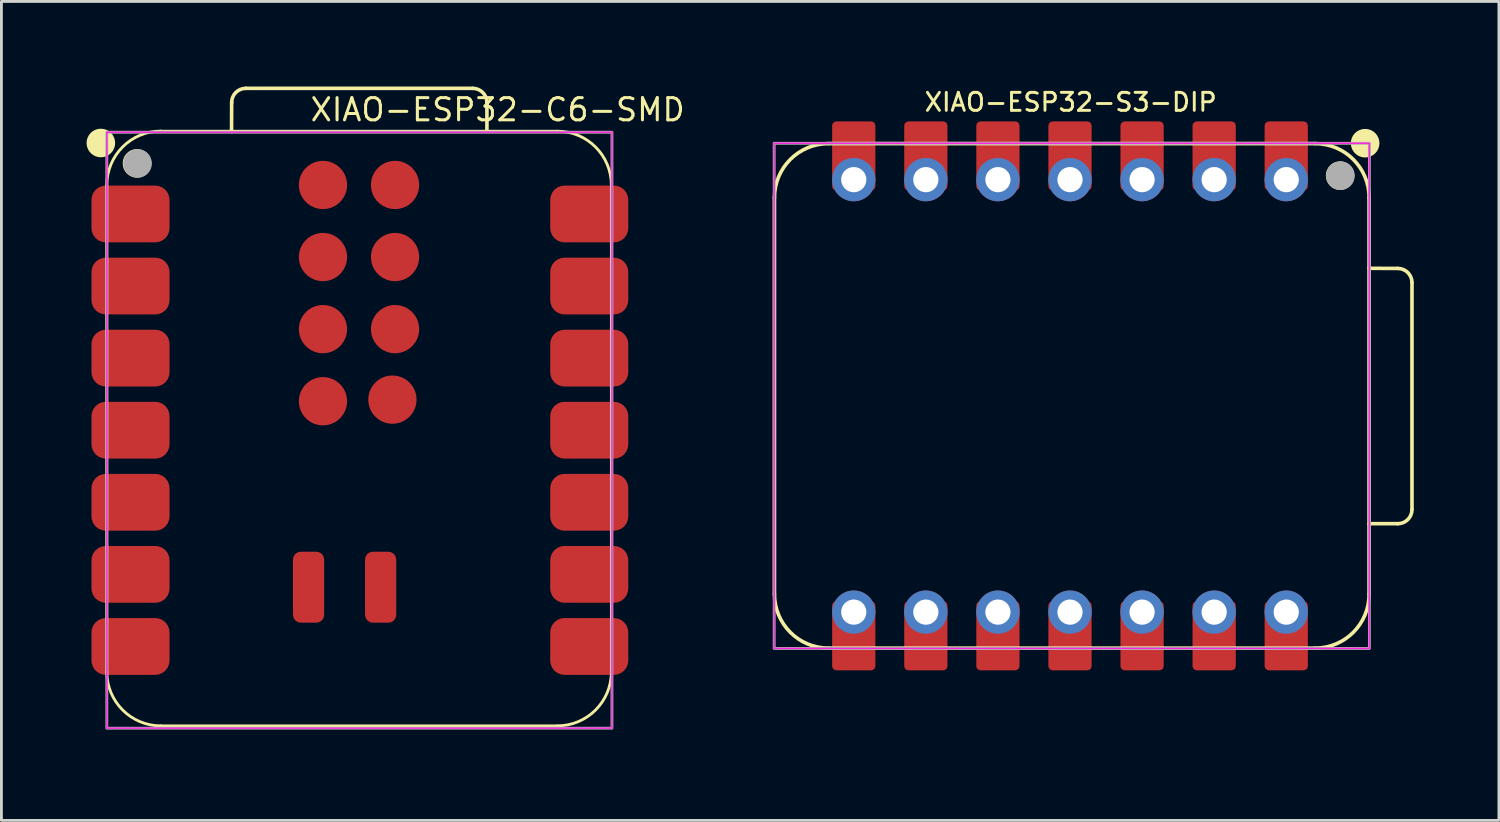
<source format=kicad_pcb>
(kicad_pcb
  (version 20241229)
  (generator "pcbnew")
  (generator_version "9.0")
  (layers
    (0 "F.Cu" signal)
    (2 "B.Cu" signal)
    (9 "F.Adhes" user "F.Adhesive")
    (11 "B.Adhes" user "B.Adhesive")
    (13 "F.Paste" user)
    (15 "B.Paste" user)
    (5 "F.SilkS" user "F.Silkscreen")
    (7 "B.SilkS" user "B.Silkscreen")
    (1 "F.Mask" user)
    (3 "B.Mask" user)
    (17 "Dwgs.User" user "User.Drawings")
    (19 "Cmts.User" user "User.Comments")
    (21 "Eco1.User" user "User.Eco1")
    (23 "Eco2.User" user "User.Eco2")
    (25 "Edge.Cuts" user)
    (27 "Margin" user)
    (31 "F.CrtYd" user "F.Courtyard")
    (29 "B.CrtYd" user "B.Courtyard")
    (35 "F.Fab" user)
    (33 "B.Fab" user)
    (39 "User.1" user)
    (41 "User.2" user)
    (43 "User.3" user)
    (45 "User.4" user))
  (footprint "XIAO-ESP32-S3-DIP"
    (layer "F.Cu")
    (at 34.655 10.9)
    (property "Reference" "XIAO-ESP32-S3-DIP" (at 0.025 -10.35 0) (unlocked yes) (layer "F.SilkS") (effects (font (size 0.635 0.635) (thickness 0.102))))
    (attr smd)
    (fp_line (start -10.414 -6.985) (end -10.414 6.985) (stroke (width 0.127) (type solid)) (layer "F.SilkS"))
    (fp_line (start -8.509 -8.89) (end 8.636 -8.89) (stroke (width 0.127) (type solid)) (layer "F.SilkS"))
    (fp_line (start -8.509 8.89) (end 8.636 8.89) (stroke (width 0.127) (type solid)) (layer "F.SilkS"))
    (fp_line (start 10.541 -4.495) (end 11.551 -4.491) (stroke (width 0.127) (type solid)) (layer "F.SilkS"))
    (fp_line (start 10.541 6.985) (end 10.541 -6.985) (stroke (width 0.1) (type solid)) (layer "F.SilkS"))
    (fp_line (start 10.541 6.985) (end 10.541 -6.985) (stroke (width 0.127) (type solid)) (layer "F.SilkS"))
    (fp_line (start 11.551 4.504) (end 10.541 4.504) (stroke (width 0.127) (type solid)) (layer "F.SilkS"))
    (fp_line (start 12.051 -3.991) (end 12.051 4.004) (stroke (width 0.127) (type solid)) (layer "F.SilkS"))
    (fp_arc (start -10.414 -6.985) (mid -9.856038 -8.332038) (end -8.509 -8.89) (stroke (width 0.127) (type solid)) (layer "F.SilkS"))
    (fp_arc (start -8.509 8.89) (mid -9.856038 8.332038) (end -10.414 6.985) (stroke (width 0.127) (type solid)) (layer "F.SilkS"))
    (fp_arc (start 8.636 -8.89) (mid 9.983038 -8.332038) (end 10.541 -6.985) (stroke (width 0.127) (type solid)) (layer "F.SilkS"))
    (fp_arc (start 10.541 6.985) (mid 9.983038 8.332038) (end 8.636 8.89) (stroke (width 0.127) (type solid)) (layer "F.SilkS"))
    (fp_arc (start 11.551272 -4.491272) (mid 11.904644 -4.344724) (end 12.051 -3.991272) (stroke (width 0.127) (type default)) (layer "F.SilkS"))
    (fp_arc (start 12.051 4.004) (mid 11.904553 4.357553) (end 11.551 4.504) (stroke (width 0.127) (type default)) (layer "F.SilkS"))
    (fp_circle (center 9.52 -7.761) (end 9.774 -7.761) (stroke (width 0.5) (type solid)) (fill yes) (layer "F.SilkS"))
    (fp_circle (center 10.4 -8.904) (end 10.654 -8.904) (stroke (width 0.5) (type solid)) (fill yes) (layer "F.SilkS"))
    (fp_rect (start -10.425 -8.9) (end 10.55 8.9) (stroke (width 0.05) (type default)) (fill no) (layer "F.CrtYd"))
    (fp_rect (start -10.425 -8.9) (end 10.55 8.9) (stroke (width 0.1) (type default)) (fill no) (layer "F.Fab"))
    (fp_circle (center 9.526 -7.758) (end 9.78 -7.758) (stroke (width 0.5) (type solid)) (fill no) (layer "F.Fab"))
    (pad "1" smd roundrect (at 7.62 -8.455 90) (size 2.432 1.524) (layers "F.Cu" "F.Mask") (roundrect_rratio 0.1))
    (pad "1" thru_hole circle (at 7.62 -7.62 90) (size 1.524 1.524) (drill 0.889) (layers "*.Cu" "*.Mask"))
    (pad "2" smd roundrect (at 5.08 -8.455 90) (size 2.432 1.524) (layers "F.Cu" "F.Mask") (roundrect_rratio 0.1))
    (pad "2" thru_hole circle (at 5.08 -7.62 90) (size 1.524 1.524) (drill 0.889) (layers "*.Cu" "*.Mask"))
    (pad "3" smd roundrect (at 2.54 -8.455 90) (size 2.432 1.524) (layers "F.Cu" "F.Mask") (roundrect_rratio 0.1))
    (pad "3" thru_hole circle (at 2.54 -7.62 90) (size 1.524 1.524) (drill 0.889) (layers "*.Cu" "*.Mask"))
    (pad "4" smd roundrect (at 0 -8.455 90) (size 2.432 1.524) (layers "F.Cu" "F.Mask") (roundrect_rratio 0.1))
    (pad "4" thru_hole circle (at 0 -7.62 90) (size 1.524 1.524) (drill 0.889) (layers "*.Cu" "*.Mask"))
    (pad "5" smd roundrect (at -2.54 -8.455 90) (size 2.432 1.524) (layers "F.Cu" "F.Mask") (roundrect_rratio 0.1))
    (pad "5" thru_hole circle (at -2.54 -7.62 90) (size 1.524 1.524) (drill 0.889) (layers "*.Cu" "*.Mask"))
    (pad "6" smd roundrect (at -5.08 -8.455 90) (size 2.432 1.524) (layers "F.Cu" "F.Mask") (roundrect_rratio 0.1))
    (pad "6" thru_hole circle (at -5.08 -7.62 90) (size 1.524 1.524) (drill 0.889) (layers "*.Cu" "*.Mask"))
    (pad "7" smd roundrect (at -7.62 -8.455 90) (size 2.432 1.524) (layers "F.Cu" "F.Mask") (roundrect_rratio 0.1))
    (pad "7" thru_hole circle (at -7.62 -7.62 90) (size 1.524 1.524) (drill 0.889) (layers "*.Cu" "*.Mask"))
    (pad "8" thru_hole circle (at -7.62 7.62 270) (size 1.524 1.524) (drill 0.889) (layers "*.Cu" "*.Mask"))
    (pad "8" smd roundrect (at -7.62 8.455 270) (size 2.432 1.524) (layers "F.Cu" "F.Mask") (roundrect_rratio 0.1))
    (pad "9" thru_hole circle (at -5.08 7.62 270) (size 1.524 1.524) (drill 0.889) (layers "*.Cu" "*.Mask"))
    (pad "9" smd roundrect (at -5.08 8.455 270) (size 2.432 1.524) (layers "F.Cu" "F.Mask") (roundrect_rratio 0.1))
    (pad "10" thru_hole circle (at -2.54 7.62 270) (size 1.524 1.524) (drill 0.889) (layers "*.Cu" "*.Mask"))
    (pad "10" smd roundrect (at -2.54 8.455 270) (size 2.432 1.524) (layers "F.Cu" "F.Mask") (roundrect_rratio 0.1))
    (pad "11" thru_hole circle (at 0 7.62 270) (size 1.524 1.524) (drill 0.889) (layers "*.Cu" "*.Mask"))
    (pad "11" smd roundrect (at 0 8.455 270) (size 2.432 1.524) (layers "F.Cu" "F.Mask") (roundrect_rratio 0.1))
    (pad "12" thru_hole circle (at 2.54 7.62 270) (size 1.524 1.524) (drill 0.889) (layers "*.Cu" "*.Mask"))
    (pad "12" smd roundrect (at 2.54 8.455 270) (size 2.432 1.524) (layers "F.Cu" "F.Mask") (roundrect_rratio 0.1))
    (pad "13" thru_hole circle (at 5.08 7.62 270) (size 1.524 1.524) (drill 0.889) (layers "*.Cu" "*.Mask"))
    (pad "13" smd roundrect (at 5.08 8.455 270) (size 2.432 1.524) (layers "F.Cu" "F.Mask") (roundrect_rratio 0.1))
    (pad "14" thru_hole circle (at 7.62 7.62 270) (size 1.524 1.524) (drill 0.889) (layers "*.Cu" "*.Mask"))
    (pad "14" smd roundrect (at 7.62 8.455 270) (size 2.432 1.524) (layers "F.Cu" "F.Mask") (roundrect_rratio 0.1)))
  (footprint "XIAO-ESP32-C6-SMD"
    (layer "F.Cu")
    (at 0.714 22.61)
    (property "Reference" "XIAO-ESP32-C6-SMD" (at 7.112 -21.336 0) (layer "F.SilkS") (effects (font (size 0.782 0.782) (thickness 0.107)) (justify left bottom)))
    (fp_line (start 0 -1.987) (end 0 -19.132) (stroke (width 0.1) (type solid)) (layer "F.SilkS"))
    (fp_line (start 1.905 -0.082) (end 15.875 -0.082) (stroke (width 0.1) (type solid)) (layer "F.SilkS"))
    (fp_line (start 4.395 -21.037) (end 4.399 -22.047) (stroke (width 0.127) (type solid)) (layer "F.SilkS"))
    (fp_line (start 4.899 -22.547) (end 12.894 -22.547) (stroke (width 0.127) (type solid)) (layer "F.SilkS"))
    (fp_line (start 13.394 -22.047) (end 13.394 -21.037) (stroke (width 0.127) (type solid)) (layer "F.SilkS"))
    (fp_line (start 15.875 -21.037) (end 1.905 -21.037) (stroke (width 0.1) (type solid)) (layer "F.SilkS"))
    (fp_line (start 17.78 -1.987) (end 17.78 -19.132) (stroke (width 0.1) (type solid)) (layer "F.SilkS"))
    (fp_arc (start 0 -19.136) (mid 0.557962 -20.483038) (end 1.905 -21.041) (stroke (width 0.1) (type solid)) (layer "F.SilkS"))
    (fp_arc (start 1.905 -0.082) (mid 0.557962 -0.639962) (end 0 -1.987) (stroke (width 0.1) (type solid)) (layer "F.SilkS"))
    (fp_arc (start 4.398728 -22.047272) (mid 4.545276 -22.400644) (end 4.898728 -22.547) (stroke (width 0.127) (type default)) (layer "F.SilkS"))
    (fp_arc (start 12.894 -22.547) (mid 13.247553 -22.400553) (end 13.394 -22.047) (stroke (width 0.127) (type default)) (layer "F.SilkS"))
    (fp_arc (start 15.875 -21.037) (mid 17.222038 -20.479038) (end 17.78 -19.132) (stroke (width 0.1) (type solid)) (layer "F.SilkS"))
    (fp_arc (start 17.78 -1.987) (mid 17.222038 -0.639962) (end 15.875 -0.082) (stroke (width 0.1) (type solid)) (layer "F.SilkS"))
    (fp_circle (center -0.21 -20.621) (end -0.21 -20.875) (stroke (width 0.5) (type solid)) (fill yes) (layer "F.SilkS"))
    (fp_circle (center 1.064 -19.904) (end 1.064 -20.158) (stroke (width 0.5) (type solid)) (fill yes) (layer "F.SilkS"))
    (fp_rect (start 17.8 0) (end 0 -21) (stroke (width 0.05) (type default)) (fill no) (layer "F.CrtYd"))
    (fp_rect (start 0 -21) (end 17.8 0) (stroke (width 0.1) (type default)) (fill no) (layer "F.Fab"))
    (fp_circle (center 1.084 -19.9) (end 1.084 -20.154) (stroke (width 0.5) (type solid)) (fill no) (layer "F.Fab"))
    (pad "1" smd roundrect (at 0.835 -18.12) (size 2.75 2) (layers "F.Cu" "F.Mask" "F.Paste") (roundrect_rratio 0.25))
    (pad "2" smd roundrect (at 0.835 -15.58) (size 2.75 2) (layers "F.Cu" "F.Mask" "F.Paste") (roundrect_rratio 0.25))
    (pad "3" smd roundrect (at 0.835 -13.04) (size 2.75 2) (layers "F.Cu" "F.Mask" "F.Paste") (roundrect_rratio 0.25))
    (pad "4" smd roundrect (at 0.835 -10.5) (size 2.75 2) (layers "F.Cu" "F.Mask" "F.Paste") (roundrect_rratio 0.25))
    (pad "5" smd roundrect (at 0.835 -7.96) (size 2.75 2) (layers "F.Cu" "F.Mask" "F.Paste") (roundrect_rratio 0.25))
    (pad "6" smd roundrect (at 0.835 -5.42) (size 2.75 2) (layers "F.Cu" "F.Mask" "F.Paste") (roundrect_rratio 0.25))
    (pad "7" smd roundrect (at 0.835 -2.88) (size 2.75 2) (layers "F.Cu" "F.Mask" "F.Paste") (roundrect_rratio 0.25))
    (pad "8" smd roundrect (at 17 -2.88) (size 2.75 2) (layers "F.Cu" "F.Mask" "F.Paste") (roundrect_rratio 0.25))
    (pad "9" smd roundrect (at 17 -5.42) (size 2.75 2) (layers "F.Cu" "F.Mask" "F.Paste") (roundrect_rratio 0.25))
    (pad "10" smd roundrect (at 17 -7.96) (size 2.75 2) (layers "F.Cu" "F.Mask" "F.Paste") (roundrect_rratio 0.25))
    (pad "11" smd roundrect (at 17 -10.5) (size 2.75 2) (layers "F.Cu" "F.Mask" "F.Paste") (roundrect_rratio 0.25))
    (pad "12" smd roundrect (at 17 -13.04) (size 2.75 2) (layers "F.Cu" "F.Mask" "F.Paste") (roundrect_rratio 0.25))
    (pad "13" smd roundrect (at 17 -15.58) (size 2.75 2) (layers "F.Cu" "F.Mask" "F.Paste") (roundrect_rratio 0.25))
    (pad "14" smd roundrect (at 17 -18.12) (size 2.75 2) (layers "F.Cu" "F.Mask" "F.Paste") (roundrect_rratio 0.25))
    (pad "15" smd roundrect (at 7.109 -4.968 270) (size 2.5 1.1) (layers "F.Cu" "F.Mask" "F.Paste") (roundrect_rratio 0.25))
    (pad "16" smd roundrect (at 9.649 -4.968 270) (size 2.5 1.1) (layers "F.Cu" "F.Mask" "F.Paste") (roundrect_rratio 0.25))
    (pad "17" smd circle (at 7.617 -19.142) (size 1.7 1.7) (layers "F.Cu" "F.Mask" "F.Paste"))
    (pad "18" smd circle (at 10.157 -19.142) (size 1.7 1.7) (layers "F.Cu" "F.Mask" "F.Paste"))
    (pad "19" smd circle (at 7.617 -16.602) (size 1.7 1.7) (layers "F.Cu" "F.Mask" "F.Paste"))
    (pad "20" smd circle (at 10.157 -16.602) (size 1.7 1.7) (layers "F.Cu" "F.Mask" "F.Paste"))
    (pad "21" smd circle (at 7.617 -14.062) (size 1.7 1.7) (layers "F.Cu" "F.Mask" "F.Paste"))
    (pad "22" smd circle (at 10.157 -14.062) (size 1.7 1.7) (layers "F.Cu" "F.Mask" "F.Paste"))
    (pad "23" smd circle (at 7.617 -11.521) (size 1.7 1.7) (layers "F.Cu" "F.Mask" "F.Paste"))
    (pad "24" smd circle (at 10.064 -11.578) (size 1.7 1.7) (layers "F.Cu" "F.Mask" "F.Paste")))
  (gr_rect
    (start -3 -3)
    (end 49.769 25.86)
    (stroke (width 0.1) (type default))
    (fill no)
    (layer "Edge.Cuts")))
</source>
